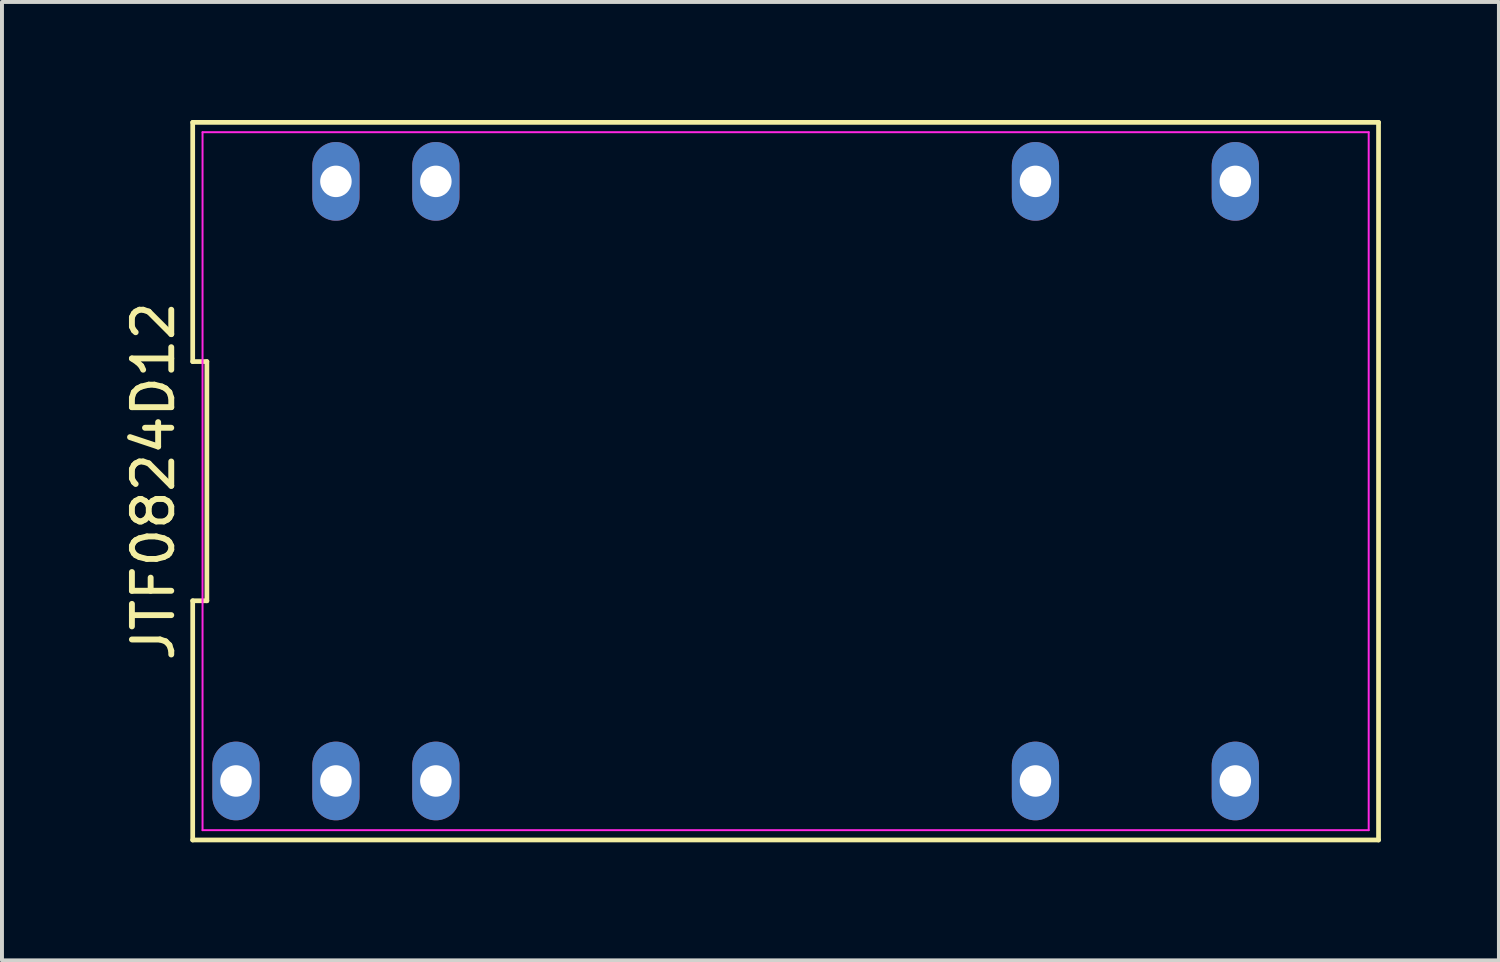
<source format=kicad_pcb>
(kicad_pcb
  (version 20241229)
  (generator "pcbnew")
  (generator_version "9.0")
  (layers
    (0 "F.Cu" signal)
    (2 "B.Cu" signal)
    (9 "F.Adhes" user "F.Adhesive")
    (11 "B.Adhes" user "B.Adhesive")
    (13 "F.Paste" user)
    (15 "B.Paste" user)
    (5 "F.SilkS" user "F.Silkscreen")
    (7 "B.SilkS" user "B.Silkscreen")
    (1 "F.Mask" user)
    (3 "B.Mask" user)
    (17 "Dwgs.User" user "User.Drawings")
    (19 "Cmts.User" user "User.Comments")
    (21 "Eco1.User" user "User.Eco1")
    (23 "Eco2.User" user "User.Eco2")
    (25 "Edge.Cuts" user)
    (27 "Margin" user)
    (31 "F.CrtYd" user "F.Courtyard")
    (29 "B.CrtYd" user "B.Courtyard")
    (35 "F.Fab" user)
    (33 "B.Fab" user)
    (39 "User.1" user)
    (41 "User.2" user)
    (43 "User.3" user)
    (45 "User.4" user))
  (footprint "JTF0824D12"
    (layer "F.Cu")
    (at 16.918 9.18)
    (property "Reference" "JTF0824D12" (at -16.07 0 90) (layer "F.SilkS") (effects (font (size 1 1) (thickness 0.15))))
    (attr through_hole)
    (fp_line (start -15.07 -9.12) (end -15.07 -3.04) (stroke (width 0.12) (type solid)) (layer "F.SilkS"))
    (fp_line (start -15.07 -3.04) (end -14.71 -3.04) (stroke (width 0.12) (type solid)) (layer "F.SilkS"))
    (fp_line (start -15.07 3.04) (end -15.07 9.12) (stroke (width 0.12) (type solid)) (layer "F.SilkS"))
    (fp_line (start -15.07 9.12) (end 15.07 9.12) (stroke (width 0.12) (type solid)) (layer "F.SilkS"))
    (fp_line (start -14.71 -3.04) (end -14.71 3.04) (stroke (width 0.12) (type solid)) (layer "F.SilkS"))
    (fp_line (start -14.71 3.04) (end -15.07 3.04) (stroke (width 0.12) (type solid)) (layer "F.SilkS"))
    (fp_line (start 15.07 -9.12) (end -15.07 -9.12) (stroke (width 0.12) (type solid)) (layer "F.SilkS"))
    (fp_line (start 15.07 9.12) (end 15.07 -9.12) (stroke (width 0.12) (type solid)) (layer "F.SilkS"))
    (fp_line (start -14.82 -8.87) (end 14.82 -8.87) (stroke (width 0.05) (type solid)) (layer "F.CrtYd"))
    (fp_line (start -14.82 8.87) (end -14.82 -8.87) (stroke (width 0.05) (type solid)) (layer "F.CrtYd"))
    (fp_line (start 14.82 -8.87) (end 14.82 8.87) (stroke (width 0.05) (type solid)) (layer "F.CrtYd"))
    (fp_line (start 14.82 8.87) (end -14.82 8.87) (stroke (width 0.05) (type solid)) (layer "F.CrtYd"))
    (pad "1" thru_hole oval (at -13.97 7.62) (size 1.2 2) (drill 0.8) (layers "*.Cu" "*.Mask"))
    (pad "2" thru_hole oval (at -11.43 7.62) (size 1.2 2) (drill 0.8) (layers "*.Cu" "*.Mask"))
    (pad "3" thru_hole oval (at -8.89 7.62) (size 1.2 2) (drill 0.8) (layers "*.Cu" "*.Mask"))
    (pad "9" thru_hole oval (at 6.35 7.62) (size 1.2 2) (drill 0.8) (layers "*.Cu" "*.Mask"))
    (pad "11" thru_hole oval (at 11.43 7.62) (size 1.2 2) (drill 0.8) (layers "*.Cu" "*.Mask"))
    (pad "14" thru_hole oval (at 11.43 -7.62) (size 1.2 2) (drill 0.8) (layers "*.Cu" "*.Mask"))
    (pad "16" thru_hole oval (at 6.35 -7.62) (size 1.2 2) (drill 0.8) (layers "*.Cu" "*.Mask"))
    (pad "22" thru_hole oval (at -8.89 -7.62) (size 1.2 2) (drill 0.8) (layers "*.Cu" "*.Mask"))
    (pad "23" thru_hole oval (at -11.43 -7.62) (size 1.2 2) (drill 0.8) (layers "*.Cu" "*.Mask")))
  (gr_rect
    (start -3 -3)
    (end 35.048 21.36)
    (stroke (width 0.1) (type default))
    (fill no)
    (layer "Edge.Cuts")))
</source>
